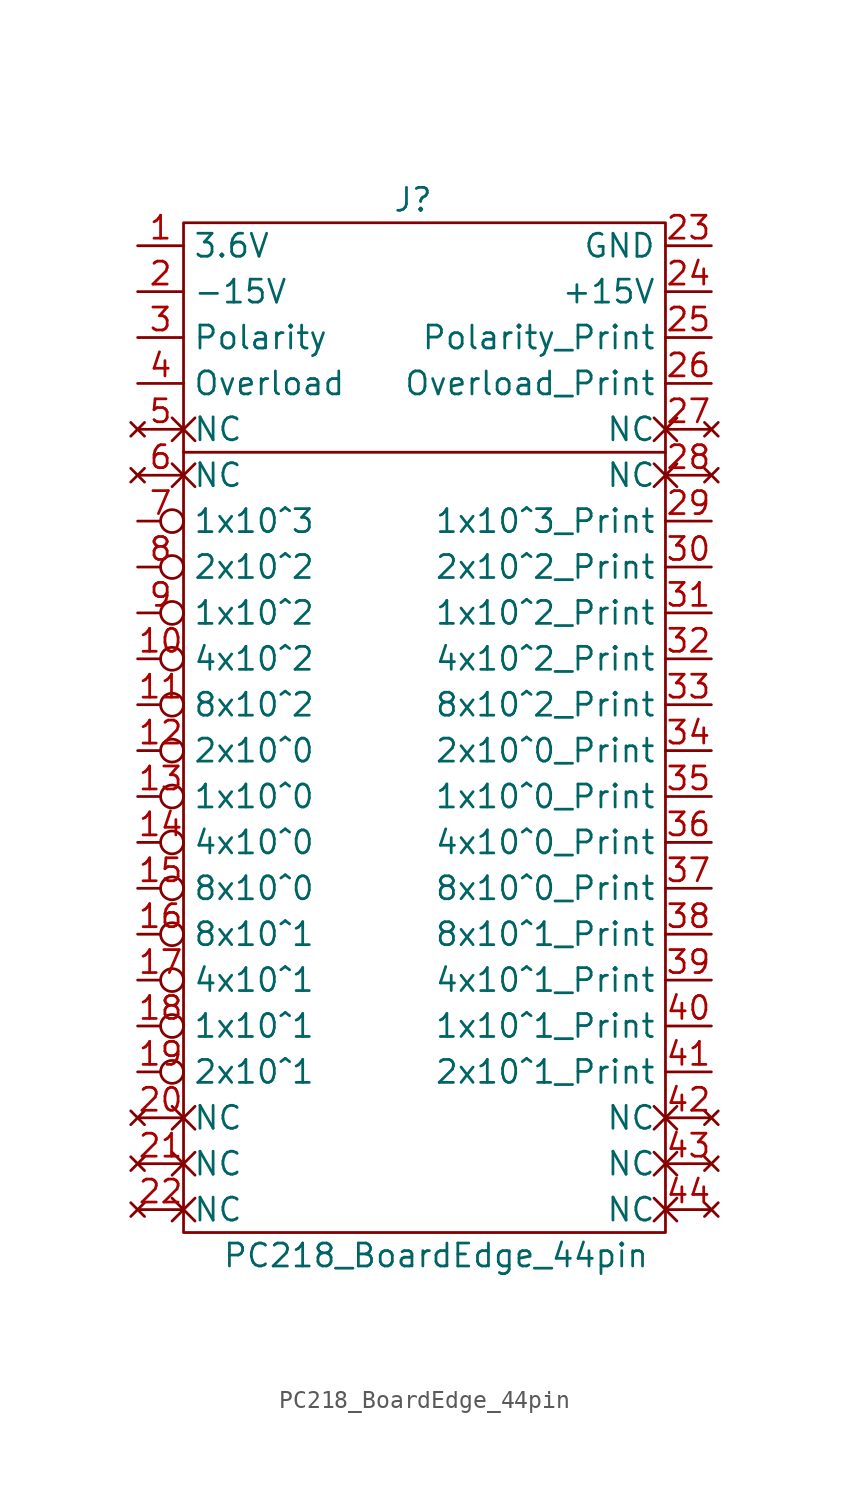
<source format=kicad_sym>
(kicad_symbol_lib
  (version 20211014)
  (generator kicad_symbol_editor)
  (symbol "PC218_BoardEdge_44pin"
    (property "Reference" "J"
      (at -1.27 0 0)
      (effects (font (size 1.27 1.27))))
    (property "Value" "PC218_BoardEdge_44pin"
      (at 0 -58.42 0)
      (effects (font (size 1.27 1.27))))
    (symbol "PC218_BoardEdge_44pin_0_1"
      (rectangle (start -13.97 -1.27) (end 12.7 -57.15) (stroke (width 0) (type default) (color 0 0 0 0)) (fill (type none)))
      (polyline (pts (xy -13.97 -13.97) (xy 12.7 -13.97)) (stroke (width 0) (type default) (color 0 0 0 0)) (fill (type none))))
    (symbol "PC218_BoardEdge_44pin_1_1"
      (pin power_out line (at -16.51 -2.54 0) (length 2.54) (name "3.6V" (effects (font (size 1.27 1.27)))) (number "1" (effects (font (size 1.27 1.27)))))
      (pin output inverted (at -16.51 -25.4 0) (length 2.54) (name "4x10^2" (effects (font (size 1.27 1.27)))) (number "10" (effects (font (size 1.27 1.27)))))
      (pin output inverted (at -16.51 -27.94 0) (length 2.54) (name "8x10^2" (effects (font (size 1.27 1.27)))) (number "11" (effects (font (size 1.27 1.27)))))
      (pin output inverted (at -16.51 -30.48 0) (length 2.54) (name "2x10^0" (effects (font (size 1.27 1.27)))) (number "12" (effects (font (size 1.27 1.27)))))
      (pin output inverted (at -16.51 -33.02 0) (length 2.54) (name "1x10^0" (effects (font (size 1.27 1.27)))) (number "13" (effects (font (size 1.27 1.27)))))
      (pin output inverted (at -16.51 -35.56 0) (length 2.54) (name "4x10^0" (effects (font (size 1.27 1.27)))) (number "14" (effects (font (size 1.27 1.27)))))
      (pin output inverted (at -16.51 -38.1 0) (length 2.54) (name "8x10^0" (effects (font (size 1.27 1.27)))) (number "15" (effects (font (size 1.27 1.27)))))
      (pin output inverted (at -16.51 -40.64 0) (length 2.54) (name "8x10^1" (effects (font (size 1.27 1.27)))) (number "16" (effects (font (size 1.27 1.27)))))
      (pin output inverted (at -16.51 -43.18 0) (length 2.54) (name "4x10^1" (effects (font (size 1.27 1.27)))) (number "17" (effects (font (size 1.27 1.27)))))
      (pin output inverted (at -16.51 -45.72 0) (length 2.54) (name "1x10^1" (effects (font (size 1.27 1.27)))) (number "18" (effects (font (size 1.27 1.27)))))
      (pin output inverted (at -16.51 -48.26 0) (length 2.54) (name "2x10^1" (effects (font (size 1.27 1.27)))) (number "19" (effects (font (size 1.27 1.27)))))
      (pin power_out line (at -16.51 -5.08 0) (length 2.54) (name "-15V" (effects (font (size 1.27 1.27)))) (number "2" (effects (font (size 1.27 1.27)))))
      (pin no_connect non_logic (at -16.51 -50.8 0) (length 2.54) (name "NC" (effects (font (size 1.27 1.27)))) (number "20" (effects (font (size 1.27 1.27)))))
      (pin no_connect non_logic (at -16.51 -53.34 0) (length 2.54) (name "NC" (effects (font (size 1.27 1.27)))) (number "21" (effects (font (size 1.27 1.27)))))
      (pin no_connect non_logic (at -16.51 -55.88 0) (length 2.54) (name "NC" (effects (font (size 1.27 1.27)))) (number "22" (effects (font (size 1.27 1.27)))))
      (pin power_out line (at 15.24 -2.54 180) (length 2.54) (name "GND" (effects (font (size 1.27 1.27)))) (number "23" (effects (font (size 1.27 1.27)))))
      (pin power_out line (at 15.24 -5.08 180) (length 2.54) (name "+15V" (effects (font (size 1.27 1.27)))) (number "24" (effects (font (size 1.27 1.27)))))
      (pin input line (at 15.24 -7.62 180) (length 2.54) (name "Polarity_Print" (effects (font (size 1.27 1.27)))) (number "25" (effects (font (size 1.27 1.27)))))
      (pin input line (at 15.24 -10.16 180) (length 2.54) (name "Overload_Print" (effects (font (size 1.27 1.27)))) (number "26" (effects (font (size 1.27 1.27)))))
      (pin no_connect non_logic (at 15.24 -12.7 180) (length 2.54) (name "NC" (effects (font (size 1.27 1.27)))) (number "27" (effects (font (size 1.27 1.27)))))
      (pin no_connect non_logic (at 15.24 -15.24 180) (length 2.54) (name "NC" (effects (font (size 1.27 1.27)))) (number "28" (effects (font (size 1.27 1.27)))))
      (pin input line (at 15.24 -17.78 180) (length 2.54) (name "1x10^3_Print" (effects (font (size 1.27 1.27)))) (number "29" (effects (font (size 1.27 1.27)))))
      (pin output line (at -16.51 -7.62 0) (length 2.54) (name "Polarity" (effects (font (size 1.27 1.27)))) (number "3" (effects (font (size 1.27 1.27)))))
      (pin input line (at 15.24 -20.32 180) (length 2.54) (name "2x10^2_Print" (effects (font (size 1.27 1.27)))) (number "30" (effects (font (size 1.27 1.27)))))
      (pin input line (at 15.24 -22.86 180) (length 2.54) (name "1x10^2_Print" (effects (font (size 1.27 1.27)))) (number "31" (effects (font (size 1.27 1.27)))))
      (pin input line (at 15.24 -25.4 180) (length 2.54) (name "4x10^2_Print" (effects (font (size 1.27 1.27)))) (number "32" (effects (font (size 1.27 1.27)))))
      (pin input line (at 15.24 -27.94 180) (length 2.54) (name "8x10^2_Print" (effects (font (size 1.27 1.27)))) (number "33" (effects (font (size 1.27 1.27)))))
      (pin input line (at 15.24 -30.48 180) (length 2.54) (name "2x10^0_Print" (effects (font (size 1.27 1.27)))) (number "34" (effects (font (size 1.27 1.27)))))
      (pin input line (at 15.24 -33.02 180) (length 2.54) (name "1x10^0_Print" (effects (font (size 1.27 1.27)))) (number "35" (effects (font (size 1.27 1.27)))))
      (pin input line (at 15.24 -35.56 180) (length 2.54) (name "4x10^0_Print" (effects (font (size 1.27 1.27)))) (number "36" (effects (font (size 1.27 1.27)))))
      (pin input line (at 15.24 -38.1 180) (length 2.54) (name "8x10^0_Print" (effects (font (size 1.27 1.27)))) (number "37" (effects (font (size 1.27 1.27)))))
      (pin input line (at 15.24 -40.64 180) (length 2.54) (name "8x10^1_Print" (effects (font (size 1.27 1.27)))) (number "38" (effects (font (size 1.27 1.27)))))
      (pin input line (at 15.24 -43.18 180) (length 2.54) (name "4x10^1_Print" (effects (font (size 1.27 1.27)))) (number "39" (effects (font (size 1.27 1.27)))))
      (pin output line (at -16.51 -10.16 0) (length 2.54) (name "Overload" (effects (font (size 1.27 1.27)))) (number "4" (effects (font (size 1.27 1.27)))))
      (pin input line (at 15.24 -45.72 180) (length 2.54) (name "1x10^1_Print" (effects (font (size 1.27 1.27)))) (number "40" (effects (font (size 1.27 1.27)))))
      (pin input line (at 15.24 -48.26 180) (length 2.54) (name "2x10^1_Print" (effects (font (size 1.27 1.27)))) (number "41" (effects (font (size 1.27 1.27)))))
      (pin no_connect non_logic (at 15.24 -50.8 180) (length 2.54) (name "NC" (effects (font (size 1.27 1.27)))) (number "42" (effects (font (size 1.27 1.27)))))
      (pin no_connect non_logic (at 15.24 -53.34 180) (length 2.54) (name "NC" (effects (font (size 1.27 1.27)))) (number "43" (effects (font (size 1.27 1.27)))))
      (pin no_connect non_logic (at 15.24 -55.88 180) (length 2.54) (name "NC" (effects (font (size 1.27 1.27)))) (number "44" (effects (font (size 1.27 1.27)))))
      (pin no_connect non_logic (at -16.51 -12.7 0) (length 2.54) (name "NC" (effects (font (size 1.27 1.27)))) (number "5" (effects (font (size 1.27 1.27)))))
      (pin no_connect non_logic (at -16.51 -15.24 0) (length 2.54) (name "NC" (effects (font (size 1.27 1.27)))) (number "6" (effects (font (size 1.27 1.27)))))
      (pin output inverted (at -16.51 -17.78 0) (length 2.54) (name "1x10^3" (effects (font (size 1.27 1.27)))) (number "7" (effects (font (size 1.27 1.27)))))
      (pin output inverted (at -16.51 -20.32 0) (length 2.54) (name "2x10^2" (effects (font (size 1.27 1.27)))) (number "8" (effects (font (size 1.27 1.27)))))
      (pin output inverted (at -16.51 -22.86 0) (length 2.54) (name "1x10^2" (effects (font (size 1.27 1.27)))) (number "9" (effects (font (size 1.27 1.27))))))))
</source>
